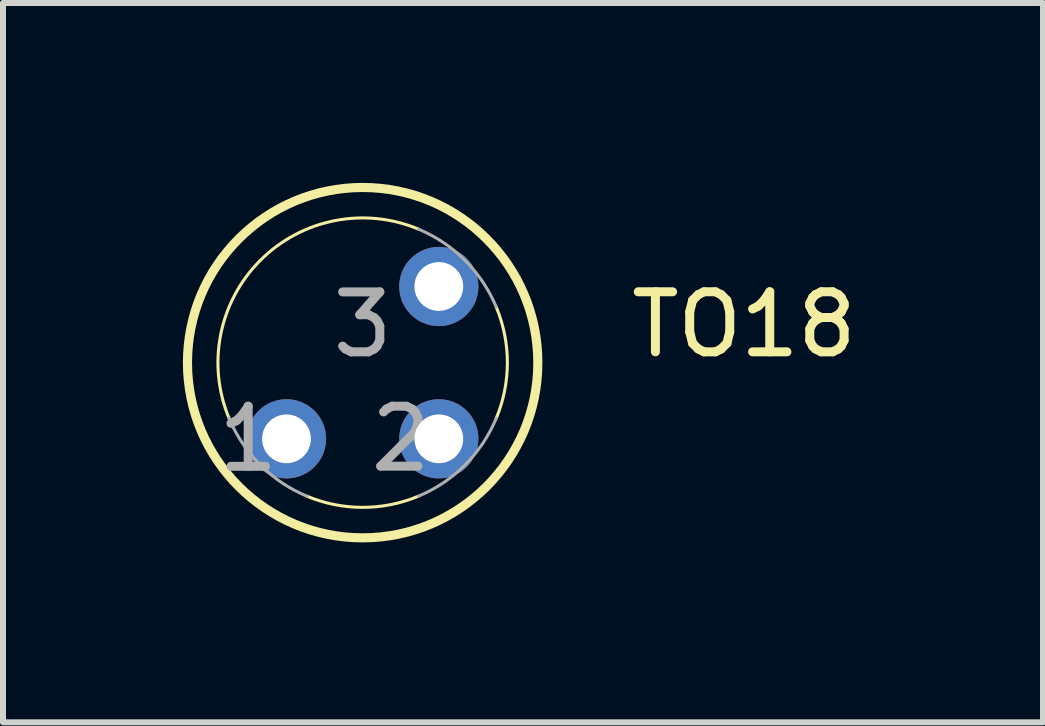
<source format=kicad_pcb>
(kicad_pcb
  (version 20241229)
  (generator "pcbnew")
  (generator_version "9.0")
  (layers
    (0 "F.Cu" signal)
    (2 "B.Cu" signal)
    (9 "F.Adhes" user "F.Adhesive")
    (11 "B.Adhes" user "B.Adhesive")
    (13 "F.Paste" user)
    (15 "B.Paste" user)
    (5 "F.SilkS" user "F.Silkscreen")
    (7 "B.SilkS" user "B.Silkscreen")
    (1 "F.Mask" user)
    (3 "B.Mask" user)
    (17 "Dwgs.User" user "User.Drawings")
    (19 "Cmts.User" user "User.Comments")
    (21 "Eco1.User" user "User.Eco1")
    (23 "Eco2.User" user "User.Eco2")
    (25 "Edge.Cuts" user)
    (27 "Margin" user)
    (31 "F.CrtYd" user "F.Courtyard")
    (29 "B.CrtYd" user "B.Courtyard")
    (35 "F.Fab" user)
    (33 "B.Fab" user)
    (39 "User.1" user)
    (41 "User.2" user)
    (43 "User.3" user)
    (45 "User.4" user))
  (footprint "TO18"
    (layer "F.Cu")
    (at 2.997 2.997)
    (property "Reference" "TO18" (at 6.359 -0.636 0) (layer "F.SilkS") (effects (font (size 1.001 1.001) (thickness 0.15))))
    (attr through_hole)
    (fp_arc (start -2.227 0.9289) (mid -1.706187 -1.706287) (end 0.929 -2.2271) (stroke (width 0.0508) (type solid)) (layer "F.SilkS"))
    (fp_arc (start 0.9289 2.227) (mid 0 2.412962) (end -0.9289 2.227) (stroke (width 0.0508) (type solid)) (layer "F.SilkS"))
    (fp_arc (start 2.227 -0.9289) (mid 2.412962 0) (end 2.227 0.9289) (stroke (width 0.0508) (type solid)) (layer "F.SilkS"))
    (fp_circle (center 0 0) (end 2.921 0) (stroke (width 0.152) (type solid)) (fill no) (layer "F.SilkS"))
    (fp_arc (start -0.9289 2.227) (mid -1.706222 1.706222) (end -2.227 0.9289) (stroke (width 0.0508) (type solid)) (layer "F.Fab"))
    (fp_arc (start 0.9289 -2.227) (mid 1.706222 -1.706222) (end 2.227 -0.9289) (stroke (width 0.0508) (type solid)) (layer "F.Fab"))
    (fp_arc (start 2.227 0.9289) (mid 1.706222 1.706222) (end 0.9289 2.227) (stroke (width 0.0508) (type solid)) (layer "F.Fab"))
    (fp_text user "3" (at 0 -0.635 0) (layer "F.Fab") (effects (font (size 1 1) (thickness 0.15))))
    (fp_text user "1" (at -1.909 1.272 0) (layer "F.Fab") (effects (font (size 1.002 1.002) (thickness 0.15))))
    (fp_text user "2" (at 0.635 1.271 0) (layer "F.Fab") (effects (font (size 1 1) (thickness 0.15))))
    (pad "1" thru_hole circle (at -1.27 1.27) (size 1.321 1.321) (drill 0.813) (layers "*.Cu" "*.Mask"))
    (pad "2" thru_hole circle (at 1.27 1.27) (size 1.321 1.321) (drill 0.813) (layers "*.Cu" "*.Mask"))
    (pad "3" thru_hole circle (at 1.27 -1.27) (size 1.321 1.321) (drill 0.813) (layers "*.Cu" "*.Mask")))
  (gr_rect
    (start -3 -3)
    (end 14.341 8.994)
    (stroke (width 0.1) (type default))
    (fill no)
    (layer "Edge.Cuts")))
</source>
